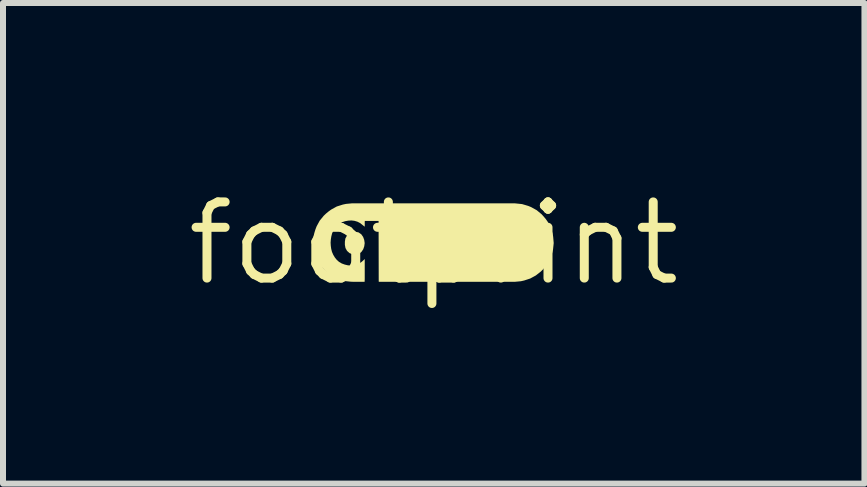
<source format=kicad_pcb>
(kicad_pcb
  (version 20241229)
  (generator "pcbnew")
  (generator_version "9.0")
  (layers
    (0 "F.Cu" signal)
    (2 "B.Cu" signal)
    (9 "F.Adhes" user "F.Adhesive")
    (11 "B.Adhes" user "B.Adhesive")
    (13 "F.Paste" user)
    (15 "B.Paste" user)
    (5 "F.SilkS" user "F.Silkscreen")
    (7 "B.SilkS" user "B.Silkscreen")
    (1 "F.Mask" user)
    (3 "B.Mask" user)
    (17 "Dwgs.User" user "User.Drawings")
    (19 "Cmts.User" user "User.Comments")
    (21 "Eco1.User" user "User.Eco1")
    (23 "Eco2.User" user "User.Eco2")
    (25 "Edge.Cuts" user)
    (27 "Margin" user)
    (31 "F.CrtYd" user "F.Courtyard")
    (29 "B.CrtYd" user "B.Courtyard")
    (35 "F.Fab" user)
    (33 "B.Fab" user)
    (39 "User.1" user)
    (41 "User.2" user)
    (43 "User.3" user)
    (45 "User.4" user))
  (footprint "footprint"
    (layer "F.Cu")
    (at 4.18 1.006)
    (property "Reference" "footprint" (at 0 0 0) (layer "F.SilkS") (effects (font (size 1.27 1.27) (thickness 0.15))))
    (fp_poly (pts (xy -1.253 -0.182) (xy -1.208 -0.151) (xy -1.177 -0.107) (xy -1.159 -0.058) (xy -1.151 -0.004) (xy -1.158 0.049) (xy -1.175 0.099) (xy -1.205 0.143) (xy -1.249 0.176) (xy -1.302 0.188) (xy -1.356 0.183) (xy -1.405 0.162) (xy -1.445 0.126) (xy -1.471 0.079) (xy -1.481 0.026) (xy -1.481 -0.027) (xy -1.473 -0.08) (xy -1.447 -0.128) (xy -1.408 -0.165) (xy -1.359 -0.187) (xy -1.306 -0.193)) (stroke (width 0) (type solid)) (fill yes) (layer "F.SilkS"))
    (fp_poly (pts (xy 1.366 -0.665) (xy 1.472 -0.654) (xy 1.574 -0.624) (xy 1.623 -0.604) (xy 1.717 -0.552) (xy 1.799 -0.484) (xy 1.835 -0.444) (xy 1.869 -0.403) (xy 1.9 -0.359) (xy 1.95 -0.265) (xy 1.982 -0.163) (xy 1.991 -0.11) (xy 2 -0.004) (xy 1.989 0.103) (xy 1.977 0.154) (xy 1.961 0.205) (xy 1.942 0.255) (xy 1.891 0.35) (xy 1.824 0.432) (xy 1.786 0.47) (xy 1.702 0.536) (xy 1.608 0.587) (xy 1.507 0.62) (xy 1.454 0.632) (xy 1.348 0.642) (xy -0.916 0.642) (xy -0.917 0.617) (xy -0.919 -0.342) (xy -0.92 -0.342) (xy -0.919 -0.373) (xy -1.149 -0.373) (xy -1.15 -0.351) (xy -1.15 -0.277) (xy -1.185 -0.304) (xy -1.226 -0.337) (xy -1.271 -0.36) (xy -1.321 -0.375) (xy -1.372 -0.381) (xy -1.424 -0.378) (xy -1.475 -0.369) (xy -1.525 -0.353) (xy -1.57 -0.328) (xy -1.61 -0.295) (xy -1.644 -0.256) (xy -1.672 -0.213) (xy -1.694 -0.166) (xy -1.707 -0.115) (xy -1.715 -0.064) (xy -1.719 -0.012) (xy -1.716 0.041) (xy -1.709 0.092) (xy -1.696 0.143) (xy -1.675 0.191) (xy -1.649 0.235) (xy -1.616 0.276) (xy -1.578 0.31) (xy -1.533 0.336) (xy -1.484 0.354) (xy -1.434 0.366) (xy -1.382 0.371) (xy -1.33 0.367) (xy -1.28 0.355) (xy -1.234 0.333) (xy -1.193 0.302) (xy -1.15 0.262) (xy -1.15 0.595) (xy -1.152 0.642) (xy -1.327 0.642) (xy -1.38 0.64) (xy -1.486 0.629) (xy -1.589 0.598) (xy -1.638 0.577) (xy -1.731 0.525) (xy -1.813 0.456) (xy -1.882 0.375) (xy -1.912 0.331) (xy -1.962 0.237) (xy -1.994 0.134) (xy -2.002 0.082) (xy -2.008 0.029) (xy -2.011 -0.025) (xy -2 -0.131) (xy -1.987 -0.183) (xy -1.971 -0.234) (xy -1.952 -0.283) (xy -1.901 -0.377) (xy -1.833 -0.46) (xy -1.794 -0.497) (xy -1.753 -0.531) (xy -1.71 -0.562) (xy -1.616 -0.614) (xy -1.514 -0.646) (xy -1.462 -0.657) (xy -1.356 -0.667) (xy 1.346 -0.667)) (stroke (width 0) (type solid)) (fill yes) (layer "F.SilkS")))
  (gr_rect
    (start -3 -3)
    (end 11.36 5.012)
    (stroke (width 0.1) (type default))
    (fill no)
    (layer "Edge.Cuts")))
</source>
